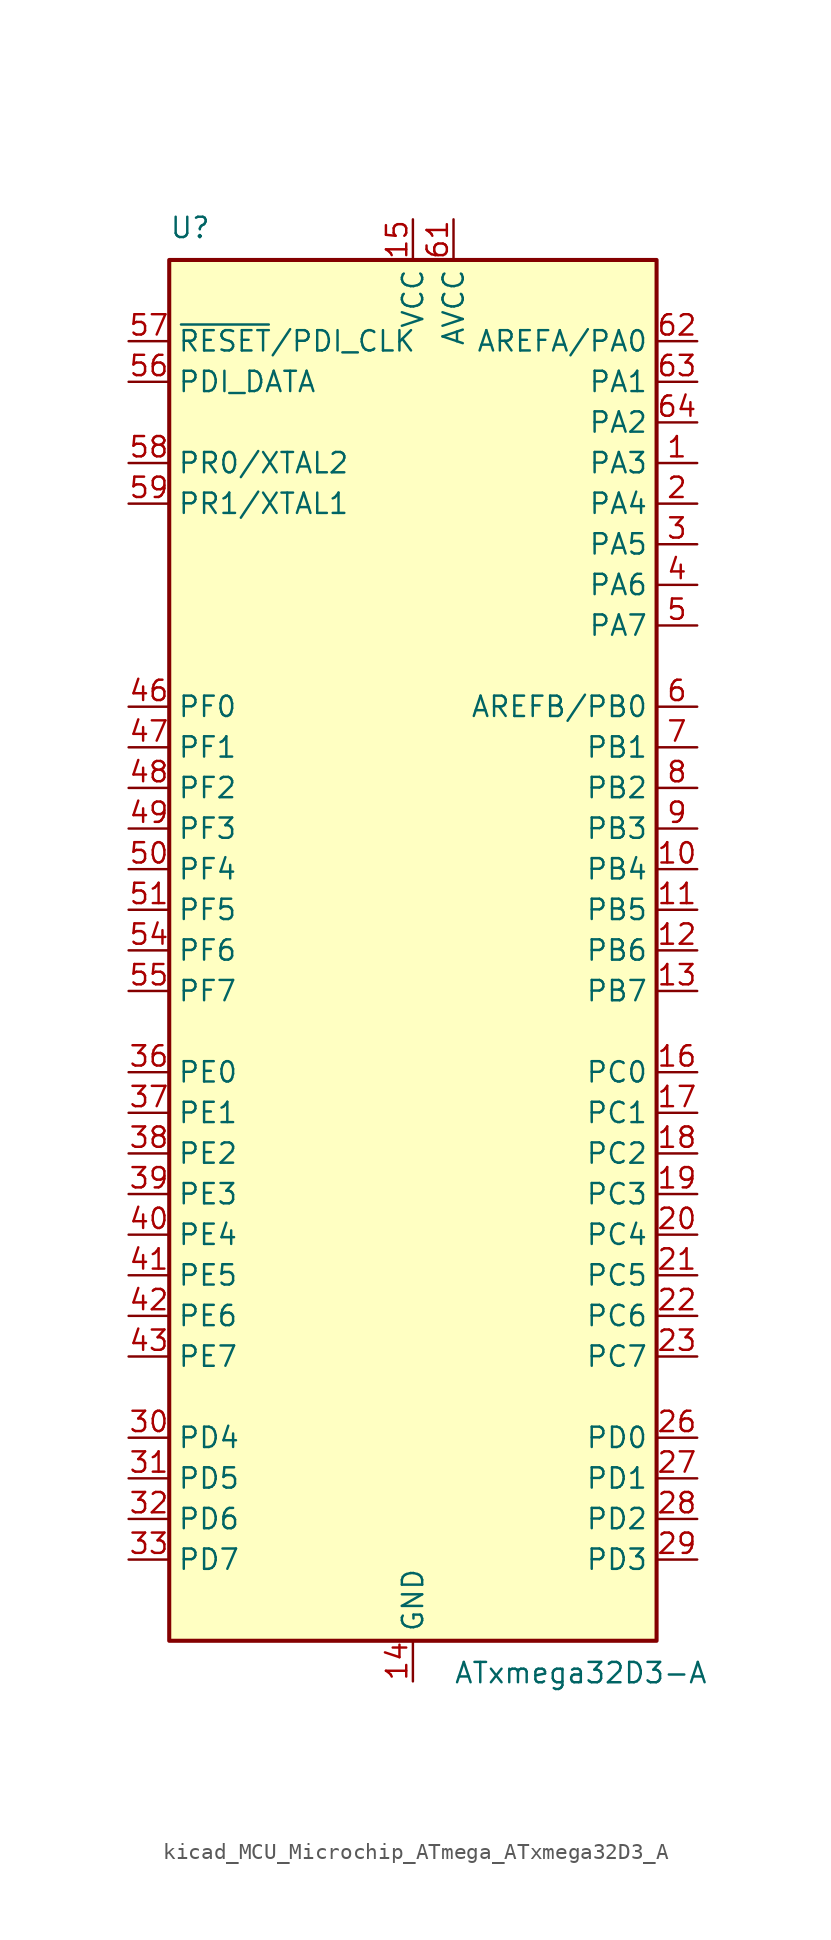
<source format=kicad_sym>
(kicad_symbol_lib
  (version 20220914)
  (generator kicad_symbol_editor)
  (symbol "kicad_MCU_Microchip_ATmega_ATxmega32D3_A"
    (property "Reference" "U"
      (at -15.24 44.45 0)
      (effects (font (size 1.27 1.27)) (justify left bottom)))
    (property "Value" "ATxmega32D3-A"
      (at 2.54 -44.45 0)
      (effects (font (size 1.27 1.27)) (justify left top)))
    (symbol "kicad_MCU_Microchip_ATmega_ATxmega32D3_A_0_1"
      (rectangle (start -15.24 -43.18) (end 15.24 43.18) (stroke (width 0.254) (type default)) (fill (type background))))
    (symbol "kicad_MCU_Microchip_ATmega_ATxmega32D3_A_1_1"
      (pin bidirectional line (at 17.78 30.48 180) (length 2.54) (name "PA3" (effects (font (size 1.27 1.27)))) (number "1" (effects (font (size 1.27 1.27)))))
      (pin bidirectional line (at 17.78 5.08 180) (length 2.54) (name "PB4" (effects (font (size 1.27 1.27)))) (number "10" (effects (font (size 1.27 1.27)))))
      (pin bidirectional line (at 17.78 2.54 180) (length 2.54) (name "PB5" (effects (font (size 1.27 1.27)))) (number "11" (effects (font (size 1.27 1.27)))))
      (pin bidirectional line (at 17.78 0 180) (length 2.54) (name "PB6" (effects (font (size 1.27 1.27)))) (number "12" (effects (font (size 1.27 1.27)))))
      (pin bidirectional line (at 17.78 -2.54 180) (length 2.54) (name "PB7" (effects (font (size 1.27 1.27)))) (number "13" (effects (font (size 1.27 1.27)))))
      (pin power_in line (at 0 -45.72 90) (length 2.54) (name "GND" (effects (font (size 1.27 1.27)))) (number "14" (effects (font (size 1.27 1.27)))))
      (pin power_in line (at 0 45.72 270) (length 2.54) (name "VCC" (effects (font (size 1.27 1.27)))) (number "15" (effects (font (size 1.27 1.27)))))
      (pin bidirectional line (at 17.78 -7.62 180) (length 2.54) (name "PC0" (effects (font (size 1.27 1.27)))) (number "16" (effects (font (size 1.27 1.27)))))
      (pin bidirectional line (at 17.78 -10.16 180) (length 2.54) (name "PC1" (effects (font (size 1.27 1.27)))) (number "17" (effects (font (size 1.27 1.27)))))
      (pin bidirectional line (at 17.78 -12.7 180) (length 2.54) (name "PC2" (effects (font (size 1.27 1.27)))) (number "18" (effects (font (size 1.27 1.27)))))
      (pin bidirectional line (at 17.78 -15.24 180) (length 2.54) (name "PC3" (effects (font (size 1.27 1.27)))) (number "19" (effects (font (size 1.27 1.27)))))
      (pin bidirectional line (at 17.78 27.94 180) (length 2.54) (name "PA4" (effects (font (size 1.27 1.27)))) (number "2" (effects (font (size 1.27 1.27)))))
      (pin bidirectional line (at 17.78 -17.78 180) (length 2.54) (name "PC4" (effects (font (size 1.27 1.27)))) (number "20" (effects (font (size 1.27 1.27)))))
      (pin bidirectional line (at 17.78 -20.32 180) (length 2.54) (name "PC5" (effects (font (size 1.27 1.27)))) (number "21" (effects (font (size 1.27 1.27)))))
      (pin bidirectional line (at 17.78 -22.86 180) (length 2.54) (name "PC6" (effects (font (size 1.27 1.27)))) (number "22" (effects (font (size 1.27 1.27)))))
      (pin bidirectional line (at 17.78 -25.4 180) (length 2.54) (name "PC7" (effects (font (size 1.27 1.27)))) (number "23" (effects (font (size 1.27 1.27)))))
      (pin passive line (at 0 -45.72 90) (length 2.54) hide (name "GND" (effects (font (size 1.27 1.27)))) (number "24" (effects (font (size 1.27 1.27)))))
      (pin passive line (at 0 45.72 270) (length 2.54) hide (name "VCC" (effects (font (size 1.27 1.27)))) (number "25" (effects (font (size 1.27 1.27)))))
      (pin bidirectional line (at 17.78 -30.48 180) (length 2.54) (name "PD0" (effects (font (size 1.27 1.27)))) (number "26" (effects (font (size 1.27 1.27)))))
      (pin bidirectional line (at 17.78 -33.02 180) (length 2.54) (name "PD1" (effects (font (size 1.27 1.27)))) (number "27" (effects (font (size 1.27 1.27)))))
      (pin bidirectional line (at 17.78 -35.56 180) (length 2.54) (name "PD2" (effects (font (size 1.27 1.27)))) (number "28" (effects (font (size 1.27 1.27)))))
      (pin bidirectional line (at 17.78 -38.1 180) (length 2.54) (name "PD3" (effects (font (size 1.27 1.27)))) (number "29" (effects (font (size 1.27 1.27)))))
      (pin bidirectional line (at 17.78 25.4 180) (length 2.54) (name "PA5" (effects (font (size 1.27 1.27)))) (number "3" (effects (font (size 1.27 1.27)))))
      (pin bidirectional line (at -17.78 -30.48 0) (length 2.54) (name "PD4" (effects (font (size 1.27 1.27)))) (number "30" (effects (font (size 1.27 1.27)))))
      (pin bidirectional line (at -17.78 -33.02 0) (length 2.54) (name "PD5" (effects (font (size 1.27 1.27)))) (number "31" (effects (font (size 1.27 1.27)))))
      (pin bidirectional line (at -17.78 -35.56 0) (length 2.54) (name "PD6" (effects (font (size 1.27 1.27)))) (number "32" (effects (font (size 1.27 1.27)))))
      (pin bidirectional line (at -17.78 -38.1 0) (length 2.54) (name "PD7" (effects (font (size 1.27 1.27)))) (number "33" (effects (font (size 1.27 1.27)))))
      (pin passive line (at 0 -45.72 90) (length 2.54) hide (name "GND" (effects (font (size 1.27 1.27)))) (number "34" (effects (font (size 1.27 1.27)))))
      (pin passive line (at 0 45.72 270) (length 2.54) hide (name "VCC" (effects (font (size 1.27 1.27)))) (number "35" (effects (font (size 1.27 1.27)))))
      (pin bidirectional line (at -17.78 -7.62 0) (length 2.54) (name "PE0" (effects (font (size 1.27 1.27)))) (number "36" (effects (font (size 1.27 1.27)))))
      (pin bidirectional line (at -17.78 -10.16 0) (length 2.54) (name "PE1" (effects (font (size 1.27 1.27)))) (number "37" (effects (font (size 1.27 1.27)))))
      (pin bidirectional line (at -17.78 -12.7 0) (length 2.54) (name "PE2" (effects (font (size 1.27 1.27)))) (number "38" (effects (font (size 1.27 1.27)))))
      (pin bidirectional line (at -17.78 -15.24 0) (length 2.54) (name "PE3" (effects (font (size 1.27 1.27)))) (number "39" (effects (font (size 1.27 1.27)))))
      (pin bidirectional line (at 17.78 22.86 180) (length 2.54) (name "PA6" (effects (font (size 1.27 1.27)))) (number "4" (effects (font (size 1.27 1.27)))))
      (pin bidirectional line (at -17.78 -17.78 0) (length 2.54) (name "PE4" (effects (font (size 1.27 1.27)))) (number "40" (effects (font (size 1.27 1.27)))))
      (pin bidirectional line (at -17.78 -20.32 0) (length 2.54) (name "PE5" (effects (font (size 1.27 1.27)))) (number "41" (effects (font (size 1.27 1.27)))))
      (pin bidirectional line (at -17.78 -22.86 0) (length 2.54) (name "PE6" (effects (font (size 1.27 1.27)))) (number "42" (effects (font (size 1.27 1.27)))))
      (pin bidirectional line (at -17.78 -25.4 0) (length 2.54) (name "PE7" (effects (font (size 1.27 1.27)))) (number "43" (effects (font (size 1.27 1.27)))))
      (pin passive line (at 0 -45.72 90) (length 2.54) hide (name "GND" (effects (font (size 1.27 1.27)))) (number "44" (effects (font (size 1.27 1.27)))))
      (pin passive line (at 0 45.72 270) (length 2.54) hide (name "VCC" (effects (font (size 1.27 1.27)))) (number "45" (effects (font (size 1.27 1.27)))))
      (pin bidirectional line (at -17.78 15.24 0) (length 2.54) (name "PF0" (effects (font (size 1.27 1.27)))) (number "46" (effects (font (size 1.27 1.27)))))
      (pin bidirectional line (at -17.78 12.7 0) (length 2.54) (name "PF1" (effects (font (size 1.27 1.27)))) (number "47" (effects (font (size 1.27 1.27)))))
      (pin bidirectional line (at -17.78 10.16 0) (length 2.54) (name "PF2" (effects (font (size 1.27 1.27)))) (number "48" (effects (font (size 1.27 1.27)))))
      (pin bidirectional line (at -17.78 7.62 0) (length 2.54) (name "PF3" (effects (font (size 1.27 1.27)))) (number "49" (effects (font (size 1.27 1.27)))))
      (pin bidirectional line (at 17.78 20.32 180) (length 2.54) (name "PA7" (effects (font (size 1.27 1.27)))) (number "5" (effects (font (size 1.27 1.27)))))
      (pin bidirectional line (at -17.78 5.08 0) (length 2.54) (name "PF4" (effects (font (size 1.27 1.27)))) (number "50" (effects (font (size 1.27 1.27)))))
      (pin bidirectional line (at -17.78 2.54 0) (length 2.54) (name "PF5" (effects (font (size 1.27 1.27)))) (number "51" (effects (font (size 1.27 1.27)))))
      (pin passive line (at 0 -45.72 90) (length 2.54) hide (name "GND" (effects (font (size 1.27 1.27)))) (number "52" (effects (font (size 1.27 1.27)))))
      (pin passive line (at 0 45.72 270) (length 2.54) hide (name "VCC" (effects (font (size 1.27 1.27)))) (number "53" (effects (font (size 1.27 1.27)))))
      (pin bidirectional line (at -17.78 0 0) (length 2.54) (name "PF6" (effects (font (size 1.27 1.27)))) (number "54" (effects (font (size 1.27 1.27)))))
      (pin bidirectional line (at -17.78 -2.54 0) (length 2.54) (name "PF7" (effects (font (size 1.27 1.27)))) (number "55" (effects (font (size 1.27 1.27)))))
      (pin bidirectional line (at -17.78 35.56 0) (length 2.54) (name "PDI_DATA" (effects (font (size 1.27 1.27)))) (number "56" (effects (font (size 1.27 1.27)))))
      (pin input line (at -17.78 38.1 0) (length 2.54) (name "~{RESET}/PDI_CLK" (effects (font (size 1.27 1.27)))) (number "57" (effects (font (size 1.27 1.27)))))
      (pin bidirectional line (at -17.78 30.48 0) (length 2.54) (name "PR0/XTAL2" (effects (font (size 1.27 1.27)))) (number "58" (effects (font (size 1.27 1.27)))))
      (pin bidirectional line (at -17.78 27.94 0) (length 2.54) (name "PR1/XTAL1" (effects (font (size 1.27 1.27)))) (number "59" (effects (font (size 1.27 1.27)))))
      (pin bidirectional line (at 17.78 15.24 180) (length 2.54) (name "AREFB/PB0" (effects (font (size 1.27 1.27)))) (number "6" (effects (font (size 1.27 1.27)))))
      (pin passive line (at 0 -45.72 90) (length 2.54) hide (name "GND" (effects (font (size 1.27 1.27)))) (number "60" (effects (font (size 1.27 1.27)))))
      (pin power_in line (at 2.54 45.72 270) (length 2.54) (name "AVCC" (effects (font (size 1.27 1.27)))) (number "61" (effects (font (size 1.27 1.27)))))
      (pin bidirectional line (at 17.78 38.1 180) (length 2.54) (name "AREFA/PA0" (effects (font (size 1.27 1.27)))) (number "62" (effects (font (size 1.27 1.27)))))
      (pin bidirectional line (at 17.78 35.56 180) (length 2.54) (name "PA1" (effects (font (size 1.27 1.27)))) (number "63" (effects (font (size 1.27 1.27)))))
      (pin bidirectional line (at 17.78 33.02 180) (length 2.54) (name "PA2" (effects (font (size 1.27 1.27)))) (number "64" (effects (font (size 1.27 1.27)))))
      (pin bidirectional line (at 17.78 12.7 180) (length 2.54) (name "PB1" (effects (font (size 1.27 1.27)))) (number "7" (effects (font (size 1.27 1.27)))))
      (pin bidirectional line (at 17.78 10.16 180) (length 2.54) (name "PB2" (effects (font (size 1.27 1.27)))) (number "8" (effects (font (size 1.27 1.27)))))
      (pin bidirectional line (at 17.78 7.62 180) (length 2.54) (name "PB3" (effects (font (size 1.27 1.27)))) (number "9" (effects (font (size 1.27 1.27))))))))
</source>
